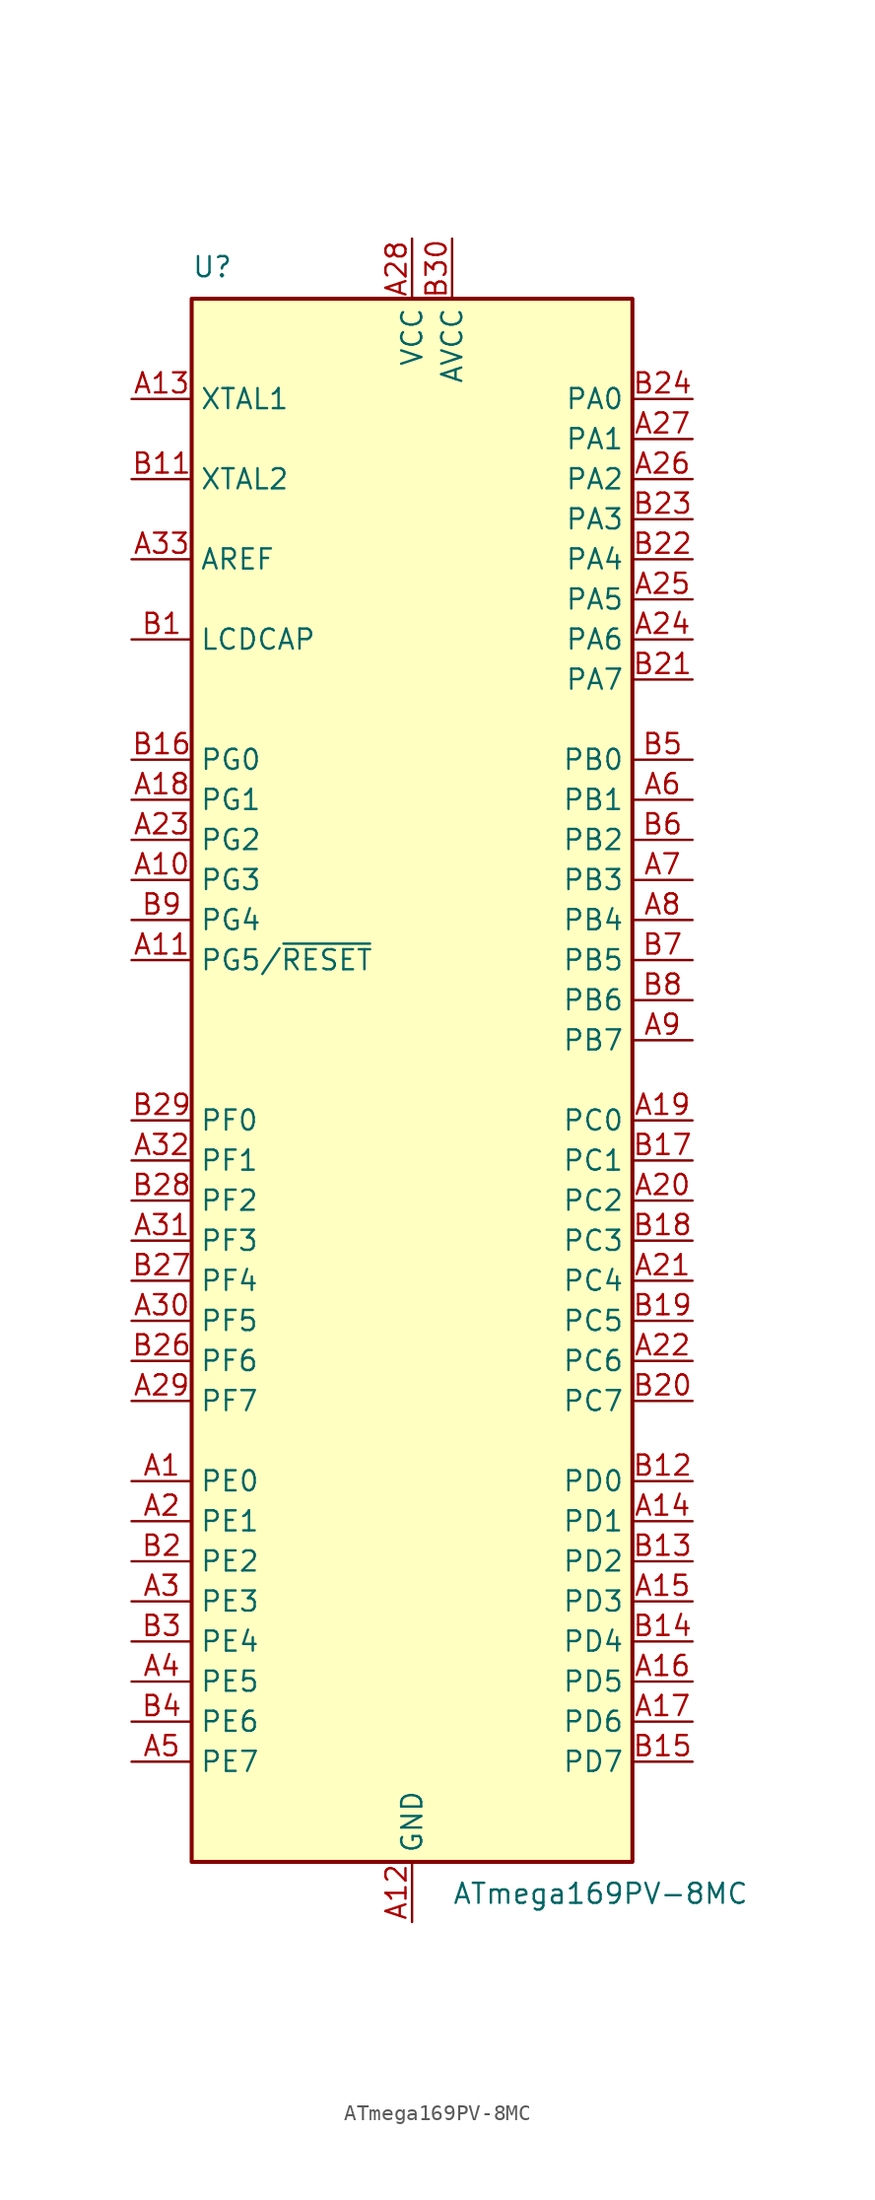
<source format=kicad_sym>
(kicad_symbol_lib
  (version 20201005)
  (generator kicad_symbol_editor)
  (symbol "ATmega169PV-8MC"
    (property "Reference" "U"
      (at -13.97 50.8 0)
      (effects (font (size 1.27 1.27)) (justify left bottom)))
    (property "Value" "ATmega169PV-8MC"
      (at 2.54 -50.8 0)
      (effects (font (size 1.27 1.27)) (justify left top)))
    (symbol "ATmega169PV-8MC_0_1"
      (rectangle (start -13.97 -49.53) (end 13.97 49.53) (stroke (width 0.254)) (fill (type background))))
    (symbol "ATmega169PV-8MC_1_1"
      (pin bidirectional line (at -17.78 -25.4 0) (length 3.81) (name "PE0" (effects (font (size 1.27 1.27)))) (number "A1" (effects (font (size 1.27 1.27)))))
      (pin bidirectional line (at -17.78 12.7 0) (length 3.81) (name "PG3" (effects (font (size 1.27 1.27)))) (number "A10" (effects (font (size 1.27 1.27)))))
      (pin bidirectional line (at -17.78 7.62 0) (length 3.81) (name "PG5/~RESET" (effects (font (size 1.27 1.27)))) (number "A11" (effects (font (size 1.27 1.27)))))
      (pin power_in line (at 0 -53.34 90) (length 3.81) (name "GND" (effects (font (size 1.27 1.27)))) (number "A12" (effects (font (size 1.27 1.27)))))
      (pin input line (at -17.78 43.18 0) (length 3.81) (name "XTAL1" (effects (font (size 1.27 1.27)))) (number "A13" (effects (font (size 1.27 1.27)))))
      (pin bidirectional line (at 17.78 -27.94 180) (length 3.81) (name "PD1" (effects (font (size 1.27 1.27)))) (number "A14" (effects (font (size 1.27 1.27)))))
      (pin bidirectional line (at 17.78 -33.02 180) (length 3.81) (name "PD3" (effects (font (size 1.27 1.27)))) (number "A15" (effects (font (size 1.27 1.27)))))
      (pin bidirectional line (at 17.78 -38.1 180) (length 3.81) (name "PD5" (effects (font (size 1.27 1.27)))) (number "A16" (effects (font (size 1.27 1.27)))))
      (pin bidirectional line (at 17.78 -40.64 180) (length 3.81) (name "PD6" (effects (font (size 1.27 1.27)))) (number "A17" (effects (font (size 1.27 1.27)))))
      (pin bidirectional line (at -17.78 17.78 0) (length 3.81) (name "PG1" (effects (font (size 1.27 1.27)))) (number "A18" (effects (font (size 1.27 1.27)))))
      (pin bidirectional line (at 17.78 -2.54 180) (length 3.81) (name "PC0" (effects (font (size 1.27 1.27)))) (number "A19" (effects (font (size 1.27 1.27)))))
      (pin bidirectional line (at -17.78 -27.94 0) (length 3.81) (name "PE1" (effects (font (size 1.27 1.27)))) (number "A2" (effects (font (size 1.27 1.27)))))
      (pin bidirectional line (at 17.78 -7.62 180) (length 3.81) (name "PC2" (effects (font (size 1.27 1.27)))) (number "A20" (effects (font (size 1.27 1.27)))))
      (pin bidirectional line (at 17.78 -12.7 180) (length 3.81) (name "PC4" (effects (font (size 1.27 1.27)))) (number "A21" (effects (font (size 1.27 1.27)))))
      (pin bidirectional line (at 17.78 -17.78 180) (length 3.81) (name "PC6" (effects (font (size 1.27 1.27)))) (number "A22" (effects (font (size 1.27 1.27)))))
      (pin bidirectional line (at -17.78 15.24 0) (length 3.81) (name "PG2" (effects (font (size 1.27 1.27)))) (number "A23" (effects (font (size 1.27 1.27)))))
      (pin bidirectional line (at 17.78 27.94 180) (length 3.81) (name "PA6" (effects (font (size 1.27 1.27)))) (number "A24" (effects (font (size 1.27 1.27)))))
      (pin bidirectional line (at 17.78 30.48 180) (length 3.81) (name "PA5" (effects (font (size 1.27 1.27)))) (number "A25" (effects (font (size 1.27 1.27)))))
      (pin bidirectional line (at 17.78 38.1 180) (length 3.81) (name "PA2" (effects (font (size 1.27 1.27)))) (number "A26" (effects (font (size 1.27 1.27)))))
      (pin bidirectional line (at 17.78 40.64 180) (length 3.81) (name "PA1" (effects (font (size 1.27 1.27)))) (number "A27" (effects (font (size 1.27 1.27)))))
      (pin power_in line (at 0 53.34 270) (length 3.81) (name "VCC" (effects (font (size 1.27 1.27)))) (number "A28" (effects (font (size 1.27 1.27)))))
      (pin bidirectional line (at -17.78 -20.32 0) (length 3.81) (name "PF7" (effects (font (size 1.27 1.27)))) (number "A29" (effects (font (size 1.27 1.27)))))
      (pin bidirectional line (at -17.78 -33.02 0) (length 3.81) (name "PE3" (effects (font (size 1.27 1.27)))) (number "A3" (effects (font (size 1.27 1.27)))))
      (pin bidirectional line (at -17.78 -15.24 0) (length 3.81) (name "PF5" (effects (font (size 1.27 1.27)))) (number "A30" (effects (font (size 1.27 1.27)))))
      (pin bidirectional line (at -17.78 -10.16 0) (length 3.81) (name "PF3" (effects (font (size 1.27 1.27)))) (number "A31" (effects (font (size 1.27 1.27)))))
      (pin bidirectional line (at -17.78 -5.08 0) (length 3.81) (name "PF1" (effects (font (size 1.27 1.27)))) (number "A32" (effects (font (size 1.27 1.27)))))
      (pin passive line (at -17.78 33.02 0) (length 3.81) (name "AREF" (effects (font (size 1.27 1.27)))) (number "A33" (effects (font (size 1.27 1.27)))))
      (pin passive line (at 0 -53.34 90) (length 3.81) hide (name "GND" (effects (font (size 1.27 1.27)))) (number "A34" (effects (font (size 1.27 1.27)))))
      (pin bidirectional line (at -17.78 -38.1 0) (length 3.81) (name "PE5" (effects (font (size 1.27 1.27)))) (number "A4" (effects (font (size 1.27 1.27)))))
      (pin bidirectional line (at -17.78 -43.18 0) (length 3.81) (name "PE7" (effects (font (size 1.27 1.27)))) (number "A5" (effects (font (size 1.27 1.27)))))
      (pin bidirectional line (at 17.78 17.78 180) (length 3.81) (name "PB1" (effects (font (size 1.27 1.27)))) (number "A6" (effects (font (size 1.27 1.27)))))
      (pin bidirectional line (at 17.78 12.7 180) (length 3.81) (name "PB3" (effects (font (size 1.27 1.27)))) (number "A7" (effects (font (size 1.27 1.27)))))
      (pin bidirectional line (at 17.78 10.16 180) (length 3.81) (name "PB4" (effects (font (size 1.27 1.27)))) (number "A8" (effects (font (size 1.27 1.27)))))
      (pin bidirectional line (at 17.78 2.54 180) (length 3.81) (name "PB7" (effects (font (size 1.27 1.27)))) (number "A9" (effects (font (size 1.27 1.27)))))
      (pin passive line (at -17.78 27.94 0) (length 3.81) (name "LCDCAP" (effects (font (size 1.27 1.27)))) (number "B1" (effects (font (size 1.27 1.27)))))
      (pin passive line (at 0 53.34 270) (length 3.81) hide (name "VCC" (effects (font (size 1.27 1.27)))) (number "B10" (effects (font (size 1.27 1.27)))))
      (pin output line (at -17.78 38.1 0) (length 3.81) (name "XTAL2" (effects (font (size 1.27 1.27)))) (number "B11" (effects (font (size 1.27 1.27)))))
      (pin bidirectional line (at 17.78 -25.4 180) (length 3.81) (name "PD0" (effects (font (size 1.27 1.27)))) (number "B12" (effects (font (size 1.27 1.27)))))
      (pin bidirectional line (at 17.78 -30.48 180) (length 3.81) (name "PD2" (effects (font (size 1.27 1.27)))) (number "B13" (effects (font (size 1.27 1.27)))))
      (pin bidirectional line (at 17.78 -35.56 180) (length 3.81) (name "PD4" (effects (font (size 1.27 1.27)))) (number "B14" (effects (font (size 1.27 1.27)))))
      (pin bidirectional line (at 17.78 -43.18 180) (length 3.81) (name "PD7" (effects (font (size 1.27 1.27)))) (number "B15" (effects (font (size 1.27 1.27)))))
      (pin bidirectional line (at -17.78 20.32 0) (length 3.81) (name "PG0" (effects (font (size 1.27 1.27)))) (number "B16" (effects (font (size 1.27 1.27)))))
      (pin bidirectional line (at 17.78 -5.08 180) (length 3.81) (name "PC1" (effects (font (size 1.27 1.27)))) (number "B17" (effects (font (size 1.27 1.27)))))
      (pin bidirectional line (at 17.78 -10.16 180) (length 3.81) (name "PC3" (effects (font (size 1.27 1.27)))) (number "B18" (effects (font (size 1.27 1.27)))))
      (pin bidirectional line (at 17.78 -15.24 180) (length 3.81) (name "PC5" (effects (font (size 1.27 1.27)))) (number "B19" (effects (font (size 1.27 1.27)))))
      (pin bidirectional line (at -17.78 -30.48 0) (length 3.81) (name "PE2" (effects (font (size 1.27 1.27)))) (number "B2" (effects (font (size 1.27 1.27)))))
      (pin bidirectional line (at 17.78 -20.32 180) (length 3.81) (name "PC7" (effects (font (size 1.27 1.27)))) (number "B20" (effects (font (size 1.27 1.27)))))
      (pin bidirectional line (at 17.78 25.4 180) (length 3.81) (name "PA7" (effects (font (size 1.27 1.27)))) (number "B21" (effects (font (size 1.27 1.27)))))
      (pin bidirectional line (at 17.78 33.02 180) (length 3.81) (name "PA4" (effects (font (size 1.27 1.27)))) (number "B22" (effects (font (size 1.27 1.27)))))
      (pin bidirectional line (at 17.78 35.56 180) (length 3.81) (name "PA3" (effects (font (size 1.27 1.27)))) (number "B23" (effects (font (size 1.27 1.27)))))
      (pin bidirectional line (at 17.78 43.18 180) (length 3.81) (name "PA0" (effects (font (size 1.27 1.27)))) (number "B24" (effects (font (size 1.27 1.27)))))
      (pin passive line (at 0 -53.34 90) (length 3.81) hide (name "GND" (effects (font (size 1.27 1.27)))) (number "B25" (effects (font (size 1.27 1.27)))))
      (pin bidirectional line (at -17.78 -17.78 0) (length 3.81) (name "PF6" (effects (font (size 1.27 1.27)))) (number "B26" (effects (font (size 1.27 1.27)))))
      (pin bidirectional line (at -17.78 -12.7 0) (length 3.81) (name "PF4" (effects (font (size 1.27 1.27)))) (number "B27" (effects (font (size 1.27 1.27)))))
      (pin bidirectional line (at -17.78 -7.62 0) (length 3.81) (name "PF2" (effects (font (size 1.27 1.27)))) (number "B28" (effects (font (size 1.27 1.27)))))
      (pin bidirectional line (at -17.78 -2.54 0) (length 3.81) (name "PF0" (effects (font (size 1.27 1.27)))) (number "B29" (effects (font (size 1.27 1.27)))))
      (pin bidirectional line (at -17.78 -35.56 0) (length 3.81) (name "PE4" (effects (font (size 1.27 1.27)))) (number "B3" (effects (font (size 1.27 1.27)))))
      (pin power_in line (at 2.54 53.34 270) (length 3.81) (name "AVCC" (effects (font (size 1.27 1.27)))) (number "B30" (effects (font (size 1.27 1.27)))))
      (pin bidirectional line (at -17.78 -40.64 0) (length 3.81) (name "PE6" (effects (font (size 1.27 1.27)))) (number "B4" (effects (font (size 1.27 1.27)))))
      (pin bidirectional line (at 17.78 20.32 180) (length 3.81) (name "PB0" (effects (font (size 1.27 1.27)))) (number "B5" (effects (font (size 1.27 1.27)))))
      (pin bidirectional line (at 17.78 15.24 180) (length 3.81) (name "PB2" (effects (font (size 1.27 1.27)))) (number "B6" (effects (font (size 1.27 1.27)))))
      (pin bidirectional line (at 17.78 7.62 180) (length 3.81) (name "PB5" (effects (font (size 1.27 1.27)))) (number "B7" (effects (font (size 1.27 1.27)))))
      (pin bidirectional line (at 17.78 5.08 180) (length 3.81) (name "PB6" (effects (font (size 1.27 1.27)))) (number "B8" (effects (font (size 1.27 1.27)))))
      (pin bidirectional line (at -17.78 10.16 0) (length 3.81) (name "PG4" (effects (font (size 1.27 1.27)))) (number "B9" (effects (font (size 1.27 1.27)))))
      (pin passive line (at 0 -53.34 90) (length 3.81) hide (name "GND" (effects (font (size 1.27 1.27)))) (number "EP" (effects (font (size 1.27 1.27))))))))
</source>
